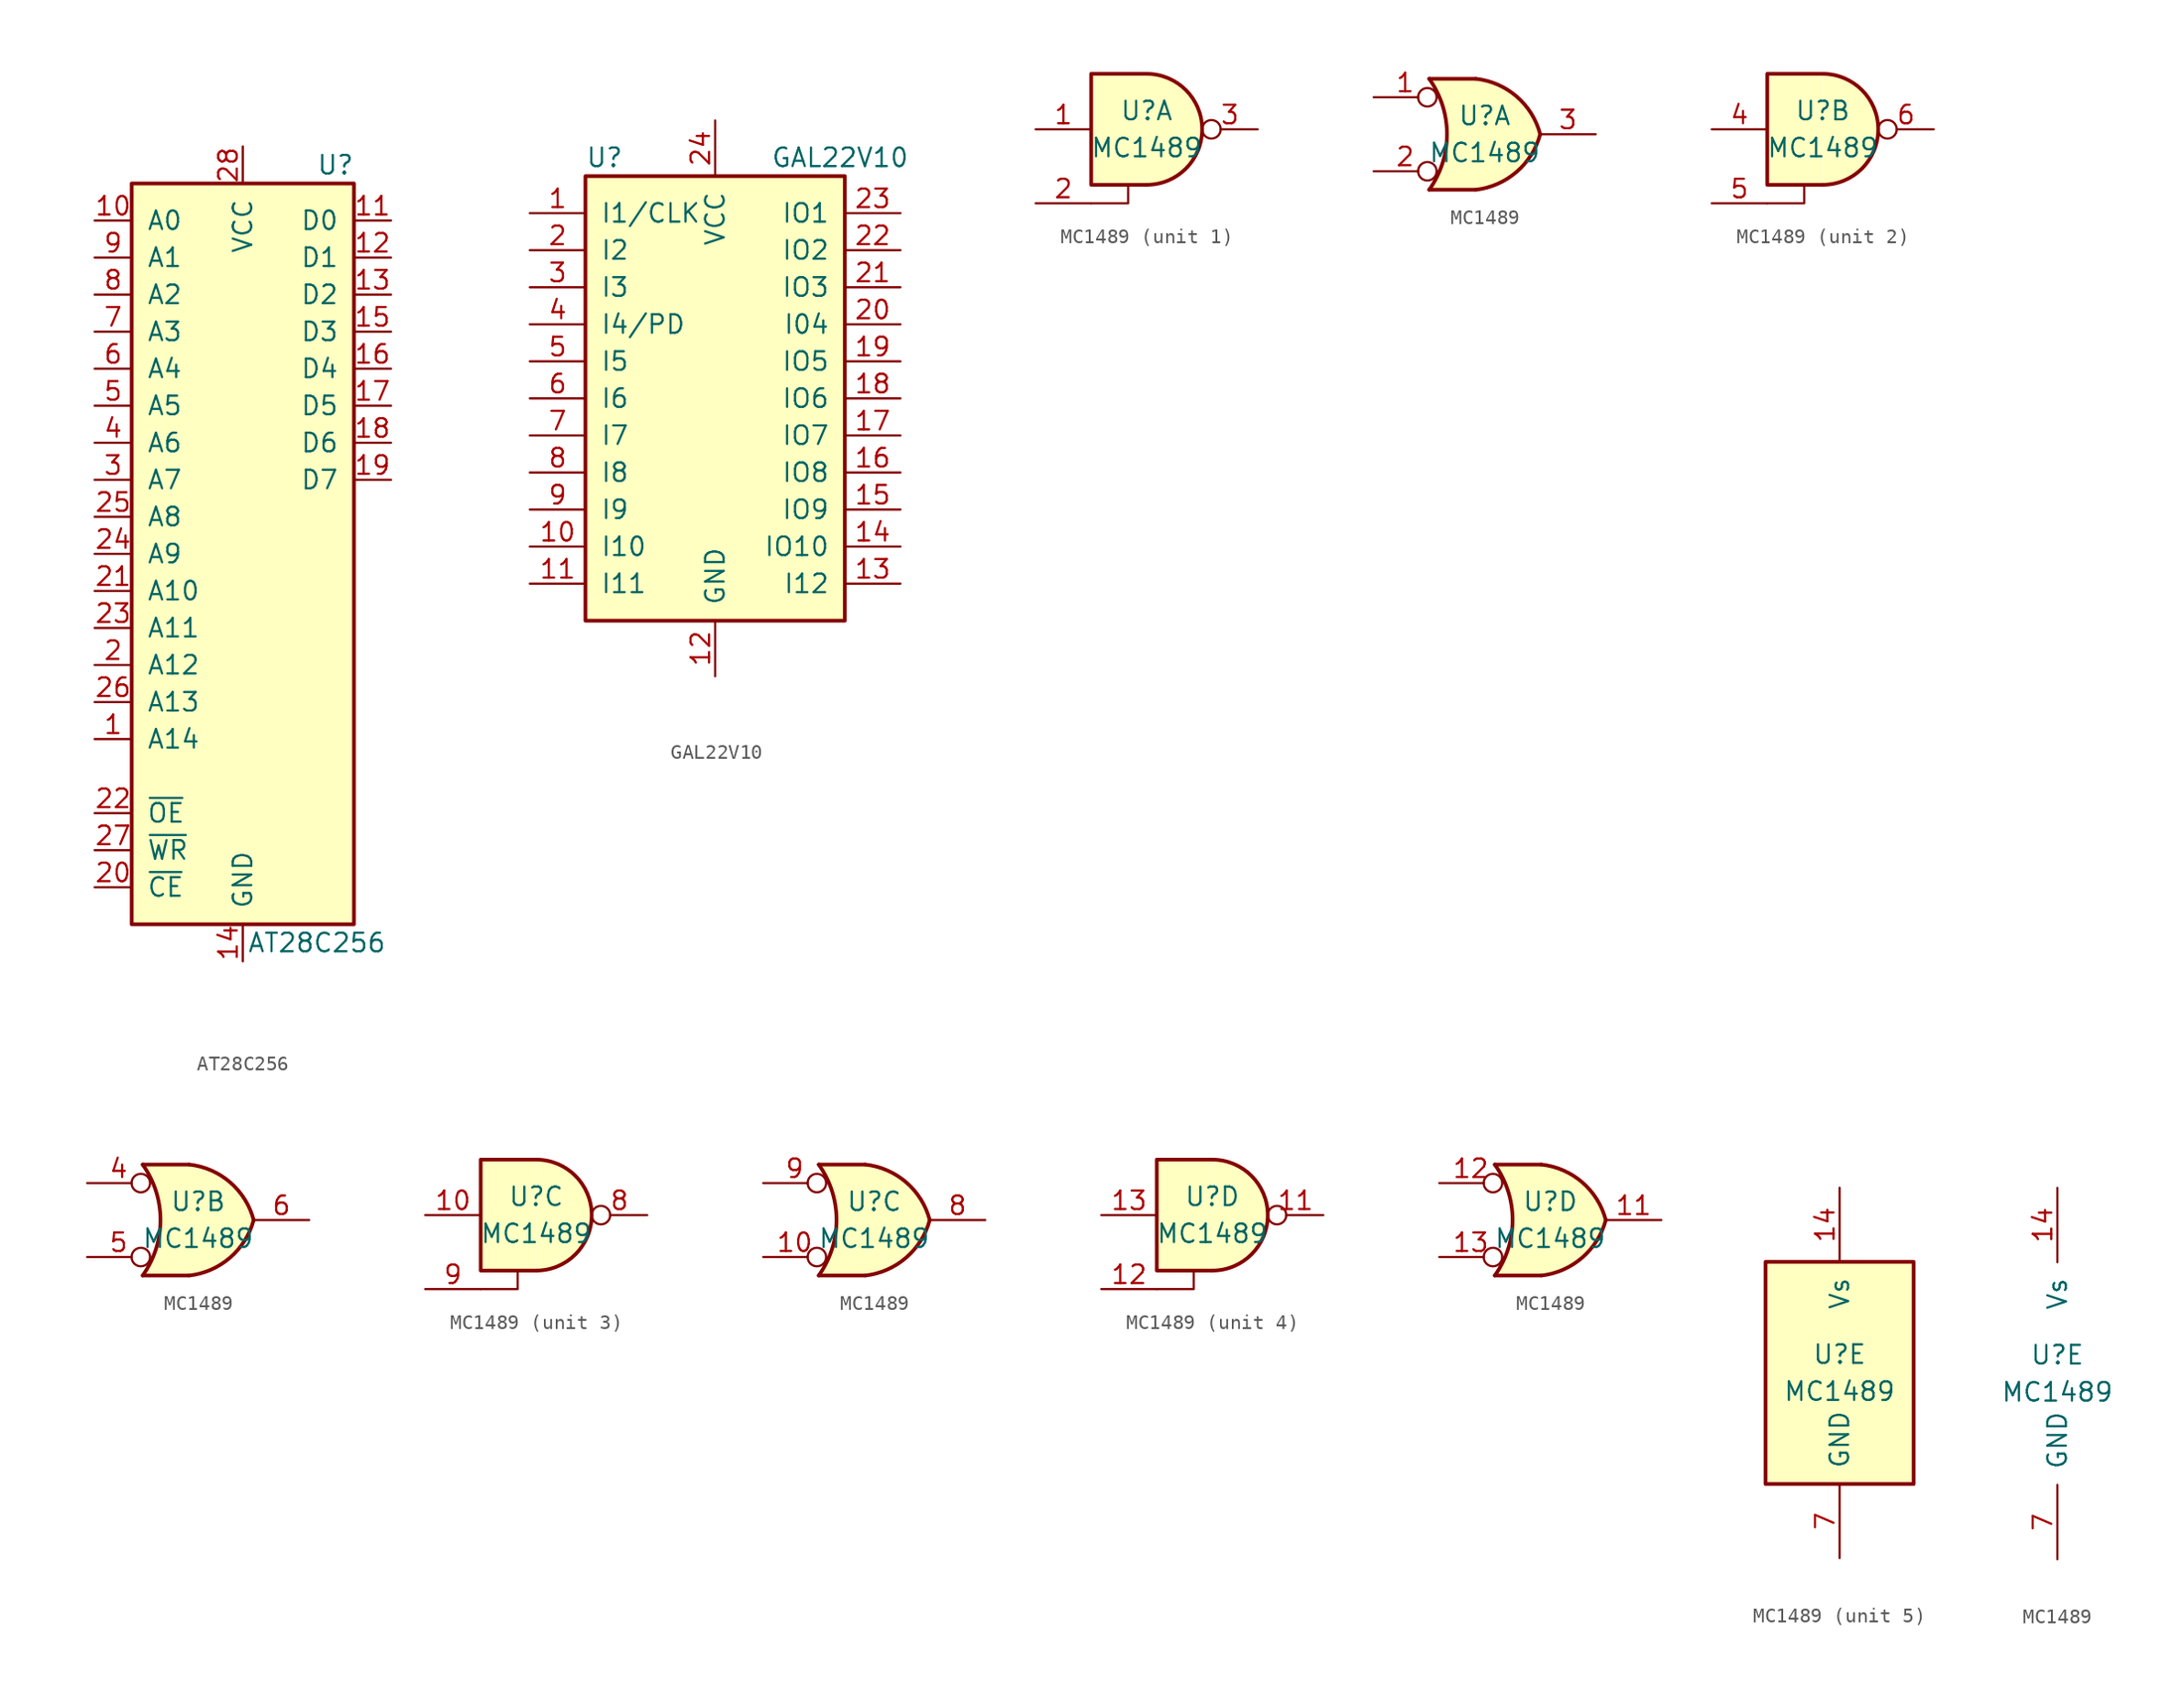
<source format=kicad_sym>
(kicad_symbol_lib
  (version 20241209)
  (generator "kicad_symbol_editor")
  (generator_version "9.0")
  (symbol "AT28C256"
    (pin_names
      (offset 1.016))
    (property "Reference" "U"
      (at 6.35 26.67 0)
      (effects (font (size 1.27 1.27))))
    (property "Value" "AT28C256"
      (at 5.08 -26.67 0)
      (effects (font (size 1.27 1.27))))
    (symbol "AT28C256_1_1"
      (rectangle (start -7.62 25.4) (end 7.62 -25.4) (stroke (width 0.254) (type default)) (fill (type background)))
      (pin input line (at -10.16 22.86 0) (length 2.54) (name "A0" (effects (font (size 1.27 1.27)))) (number "10" (effects (font (size 1.27 1.27)))))
      (pin input line (at -10.16 20.32 0) (length 2.54) (name "A1" (effects (font (size 1.27 1.27)))) (number "9" (effects (font (size 1.27 1.27)))))
      (pin input line (at -10.16 17.78 0) (length 2.54) (name "A2" (effects (font (size 1.27 1.27)))) (number "8" (effects (font (size 1.27 1.27)))))
      (pin input line (at -10.16 15.24 0) (length 2.54) (name "A3" (effects (font (size 1.27 1.27)))) (number "7" (effects (font (size 1.27 1.27)))))
      (pin input line (at -10.16 12.7 0) (length 2.54) (name "A4" (effects (font (size 1.27 1.27)))) (number "6" (effects (font (size 1.27 1.27)))))
      (pin input line (at -10.16 10.16 0) (length 2.54) (name "A5" (effects (font (size 1.27 1.27)))) (number "5" (effects (font (size 1.27 1.27)))))
      (pin input line (at -10.16 7.62 0) (length 2.54) (name "A6" (effects (font (size 1.27 1.27)))) (number "4" (effects (font (size 1.27 1.27)))))
      (pin input line (at -10.16 5.08 0) (length 2.54) (name "A7" (effects (font (size 1.27 1.27)))) (number "3" (effects (font (size 1.27 1.27)))))
      (pin input line (at -10.16 2.54 0) (length 2.54) (name "A8" (effects (font (size 1.27 1.27)))) (number "25" (effects (font (size 1.27 1.27)))))
      (pin input line (at -10.16 0 0) (length 2.54) (name "A9" (effects (font (size 1.27 1.27)))) (number "24" (effects (font (size 1.27 1.27)))))
      (pin input line (at -10.16 -2.54 0) (length 2.54) (name "A10" (effects (font (size 1.27 1.27)))) (number "21" (effects (font (size 1.27 1.27)))))
      (pin input line (at -10.16 -5.08 0) (length 2.54) (name "A11" (effects (font (size 1.27 1.27)))) (number "23" (effects (font (size 1.27 1.27)))))
      (pin input line (at -10.16 -7.62 0) (length 2.54) (name "A12" (effects (font (size 1.27 1.27)))) (number "2" (effects (font (size 1.27 1.27)))))
      (pin input line (at -10.16 -10.16 0) (length 2.54) (name "A13" (effects (font (size 1.27 1.27)))) (number "26" (effects (font (size 1.27 1.27)))))
      (pin input line (at -10.16 -12.7 0) (length 2.54) (name "A14" (effects (font (size 1.27 1.27)))) (number "1" (effects (font (size 1.27 1.27)))))
      (pin input line (at -10.16 -17.78 0) (length 2.54) (name "~{OE}" (effects (font (size 1.27 1.27)))) (number "22" (effects (font (size 1.27 1.27)))))
      (pin input line (at -10.16 -20.32 0) (length 2.54) (name "~{WR}" (effects (font (size 1.27 1.27)))) (number "27" (effects (font (size 1.27 1.27)))))
      (pin input line (at -10.16 -22.86 0) (length 2.54) (name "~{CE}" (effects (font (size 1.27 1.27)))) (number "20" (effects (font (size 1.27 1.27)))))
      (pin power_in line (at 0 27.94 270) (length 2.54) (name "VCC" (effects (font (size 1.27 1.27)))) (number "28" (effects (font (size 1.27 1.27)))))
      (pin power_in line (at 0 -27.94 90) (length 2.54) (name "GND" (effects (font (size 1.27 1.27)))) (number "14" (effects (font (size 1.27 1.27)))))
      (pin tri_state line (at 10.16 22.86 180) (length 2.54) (name "D0" (effects (font (size 1.27 1.27)))) (number "11" (effects (font (size 1.27 1.27)))))
      (pin tri_state line (at 10.16 20.32 180) (length 2.54) (name "D1" (effects (font (size 1.27 1.27)))) (number "12" (effects (font (size 1.27 1.27)))))
      (pin tri_state line (at 10.16 17.78 180) (length 2.54) (name "D2" (effects (font (size 1.27 1.27)))) (number "13" (effects (font (size 1.27 1.27)))))
      (pin tri_state line (at 10.16 15.24 180) (length 2.54) (name "D3" (effects (font (size 1.27 1.27)))) (number "15" (effects (font (size 1.27 1.27)))))
      (pin tri_state line (at 10.16 12.7 180) (length 2.54) (name "D4" (effects (font (size 1.27 1.27)))) (number "16" (effects (font (size 1.27 1.27)))))
      (pin tri_state line (at 10.16 10.16 180) (length 2.54) (name "D5" (effects (font (size 1.27 1.27)))) (number "17" (effects (font (size 1.27 1.27)))))
      (pin tri_state line (at 10.16 7.62 180) (length 2.54) (name "D6" (effects (font (size 1.27 1.27)))) (number "18" (effects (font (size 1.27 1.27)))))
      (pin tri_state line (at 10.16 5.08 180) (length 2.54) (name "D7" (effects (font (size 1.27 1.27)))) (number "19" (effects (font (size 1.27 1.27)))))))
  (symbol "GAL22V10"
    (pin_names
      (offset 1.016))
    (property "Reference" "U"
      (at -8.89 16.51 0)
      (effects (font (size 1.27 1.27)) (justify left)))
    (property "Value" "GAL22V10"
      (at 3.81 16.51 0)
      (effects (font (size 1.27 1.27)) (justify left)))
    (symbol "GAL22V10_0_0"
      (pin power_in line (at 0 19.05 270) (length 3.81) (name "VCC" (effects (font (size 1.27 1.27)))) (number "24" (effects (font (size 1.27 1.27)))))
      (pin power_in line (at 0 -19.05 90) (length 3.81) (name "GND" (effects (font (size 1.27 1.27)))) (number "12" (effects (font (size 1.27 1.27))))))
    (symbol "GAL22V10_0_1"
      (rectangle (start -8.89 15.24) (end 8.89 -15.24) (stroke (width 0.254) (type default)) (fill (type background))))
    (symbol "GAL22V10_1_1"
      (pin input line (at -12.7 12.7 0) (length 3.81) (name "I1/CLK" (effects (font (size 1.27 1.27)))) (number "1" (effects (font (size 1.27 1.27)))))
      (pin input line (at -12.7 10.16 0) (length 3.81) (name "I2" (effects (font (size 1.27 1.27)))) (number "2" (effects (font (size 1.27 1.27)))))
      (pin input line (at -12.7 7.62 0) (length 3.81) (name "I3" (effects (font (size 1.27 1.27)))) (number "3" (effects (font (size 1.27 1.27)))))
      (pin input line (at -12.7 5.08 0) (length 3.81) (name "I4/PD" (effects (font (size 1.27 1.27)))) (number "4" (effects (font (size 1.27 1.27)))))
      (pin input line (at -12.7 2.54 0) (length 3.81) (name "I5" (effects (font (size 1.27 1.27)))) (number "5" (effects (font (size 1.27 1.27)))))
      (pin input line (at -12.7 0 0) (length 3.81) (name "I6" (effects (font (size 1.27 1.27)))) (number "6" (effects (font (size 1.27 1.27)))))
      (pin input line (at -12.7 -2.54 0) (length 3.81) (name "I7" (effects (font (size 1.27 1.27)))) (number "7" (effects (font (size 1.27 1.27)))))
      (pin input line (at -12.7 -5.08 0) (length 3.81) (name "I8" (effects (font (size 1.27 1.27)))) (number "8" (effects (font (size 1.27 1.27)))))
      (pin input line (at -12.7 -7.62 0) (length 3.81) (name "I9" (effects (font (size 1.27 1.27)))) (number "9" (effects (font (size 1.27 1.27)))))
      (pin input line (at -12.7 -10.16 0) (length 3.81) (name "I10" (effects (font (size 1.27 1.27)))) (number "10" (effects (font (size 1.27 1.27)))))
      (pin input line (at -12.7 -12.7 0) (length 3.81) (name "I11" (effects (font (size 1.27 1.27)))) (number "11" (effects (font (size 1.27 1.27)))))
      (pin tri_state line (at 12.7 12.7 180) (length 3.81) (name "IO1" (effects (font (size 1.27 1.27)))) (number "23" (effects (font (size 1.27 1.27)))))
      (pin tri_state line (at 12.7 10.16 180) (length 3.81) (name "IO2" (effects (font (size 1.27 1.27)))) (number "22" (effects (font (size 1.27 1.27)))))
      (pin tri_state line (at 12.7 7.62 180) (length 3.81) (name "IO3" (effects (font (size 1.27 1.27)))) (number "21" (effects (font (size 1.27 1.27)))))
      (pin tri_state line (at 12.7 5.08 180) (length 3.81) (name "I04" (effects (font (size 1.27 1.27)))) (number "20" (effects (font (size 1.27 1.27)))))
      (pin tri_state line (at 12.7 2.54 180) (length 3.81) (name "IO5" (effects (font (size 1.27 1.27)))) (number "19" (effects (font (size 1.27 1.27)))))
      (pin tri_state line (at 12.7 0 180) (length 3.81) (name "IO6" (effects (font (size 1.27 1.27)))) (number "18" (effects (font (size 1.27 1.27)))))
      (pin tri_state line (at 12.7 -2.54 180) (length 3.81) (name "IO7" (effects (font (size 1.27 1.27)))) (number "17" (effects (font (size 1.27 1.27)))))
      (pin tri_state line (at 12.7 -5.08 180) (length 3.81) (name "IO8" (effects (font (size 1.27 1.27)))) (number "16" (effects (font (size 1.27 1.27)))))
      (pin tri_state line (at 12.7 -7.62 180) (length 3.81) (name "IO9" (effects (font (size 1.27 1.27)))) (number "15" (effects (font (size 1.27 1.27)))))
      (pin tri_state line (at 12.7 -10.16 180) (length 3.81) (name "IO10" (effects (font (size 1.27 1.27)))) (number "14" (effects (font (size 1.27 1.27)))))
      (pin input line (at 12.7 -12.7 180) (length 3.81) (name "I12" (effects (font (size 1.27 1.27)))) (number "13" (effects (font (size 1.27 1.27)))))))
  (symbol "MC1489"
    (pin_names
      (offset 1.016))
    (property "Reference" "U"
      (at 0 1.27 0)
      (effects (font (size 1.27 1.27))))
    (property "Value" "MC1489"
      (at 0 -1.27 0)
      (effects (font (size 1.27 1.27))))
    (property "ki_locked" ""
      (at 0 0 0)
      (effects (font (size 1.27 1.27))))
    (symbol "MC1489_1_1"
      (polyline (pts (xy -3.81 -5.08) (xy -1.27 -5.08) (xy -1.27 -3.81)) (stroke (width 0) (type default)) (fill (type none)))
      (arc (start 0 3.81) (mid 3.7934 0) (end 0 -3.81) (stroke (width 0.254) (type default)) (fill (type background)))
      (polyline (pts (xy 0 3.81) (xy -3.81 3.81) (xy -3.81 -3.81) (xy 0 -3.81)) (stroke (width 0.254) (type default)) (fill (type background)))
      (pin input line (at -7.62 0 0) (length 3.81) (name "~" (effects (font (size 1.27 1.27)))) (number "1" (effects (font (size 1.27 1.27)))))
      (pin input line (at -7.62 -5.08 0) (length 3.81) (name "~" (effects (font (size 1.27 1.27)))) (number "2" (effects (font (size 1.27 1.27)))))
      (pin output inverted (at 7.62 0 180) (length 3.81) (name "~" (effects (font (size 1.27 1.27)))) (number "3" (effects (font (size 1.27 1.27))))))
    (symbol "MC1489_1_2"
      (arc (start -3.81 3.81) (mid -2.589 0) (end -3.81 -3.81) (stroke (width 0.254) (type default)) (fill (type none)))
      (polyline (pts (xy -3.81 3.81) (xy -0.635 3.81)) (stroke (width 0.254) (type default)) (fill (type background)))
      (polyline (pts (xy -3.81 -3.81) (xy -0.635 -3.81)) (stroke (width 0.254) (type default)) (fill (type background)))
      (arc (start 3.81 0) (mid 2.1855 -2.584) (end -0.6096 -3.81) (stroke (width 0.254) (type default)) (fill (type background)))
      (arc (start -0.6096 3.81) (mid 2.1928 2.5924) (end 3.81 0) (stroke (width 0.254) (type default)) (fill (type background)))
      (polyline (pts (xy -0.635 3.81) (xy -3.81 3.81) (xy -3.81 3.81) (xy -3.556 3.404) (xy -3.023 2.261) (xy -2.692 1.041) (xy -2.616 -0.254) (xy -2.769 -1.499) (xy -3.175 -2.718) (xy -3.81 -3.81) (xy -3.81 -3.81) (xy -0.635 -3.81)) (stroke (width -25.4) (type default)) (fill (type background)))
      (pin input inverted (at -7.62 2.54 0) (length 4.318) (name "~" (effects (font (size 1.27 1.27)))) (number "1" (effects (font (size 1.27 1.27)))))
      (pin input inverted (at -7.62 -2.54 0) (length 4.318) (name "~" (effects (font (size 1.27 1.27)))) (number "2" (effects (font (size 1.27 1.27)))))
      (pin output line (at 7.62 0 180) (length 3.81) (name "~" (effects (font (size 1.27 1.27)))) (number "3" (effects (font (size 1.27 1.27))))))
    (symbol "MC1489_2_1"
      (polyline (pts (xy -3.81 -5.08) (xy -1.27 -5.08) (xy -1.27 -3.81)) (stroke (width 0) (type default)) (fill (type none)))
      (arc (start 0 3.81) (mid 3.7934 0) (end 0 -3.81) (stroke (width 0.254) (type default)) (fill (type background)))
      (polyline (pts (xy 0 3.81) (xy -3.81 3.81) (xy -3.81 -3.81) (xy 0 -3.81)) (stroke (width 0.254) (type default)) (fill (type background)))
      (pin input line (at -7.62 0 0) (length 3.81) (name "~" (effects (font (size 1.27 1.27)))) (number "4" (effects (font (size 1.27 1.27)))))
      (pin input line (at -7.62 -5.08 0) (length 3.81) (name "~" (effects (font (size 1.27 1.27)))) (number "5" (effects (font (size 1.27 1.27)))))
      (pin output inverted (at 7.62 0 180) (length 3.81) (name "~" (effects (font (size 1.27 1.27)))) (number "6" (effects (font (size 1.27 1.27))))))
    (symbol "MC1489_2_2"
      (arc (start -3.81 3.81) (mid -2.589 0) (end -3.81 -3.81) (stroke (width 0.254) (type default)) (fill (type none)))
      (polyline (pts (xy -3.81 3.81) (xy -0.635 3.81)) (stroke (width 0.254) (type default)) (fill (type background)))
      (polyline (pts (xy -3.81 -3.81) (xy -0.635 -3.81)) (stroke (width 0.254) (type default)) (fill (type background)))
      (arc (start 3.81 0) (mid 2.1855 -2.584) (end -0.6096 -3.81) (stroke (width 0.254) (type default)) (fill (type background)))
      (arc (start -0.6096 3.81) (mid 2.1928 2.5924) (end 3.81 0) (stroke (width 0.254) (type default)) (fill (type background)))
      (polyline (pts (xy -0.635 3.81) (xy -3.81 3.81) (xy -3.81 3.81) (xy -3.556 3.404) (xy -3.023 2.261) (xy -2.692 1.041) (xy -2.616 -0.254) (xy -2.769 -1.499) (xy -3.175 -2.718) (xy -3.81 -3.81) (xy -3.81 -3.81) (xy -0.635 -3.81)) (stroke (width -25.4) (type default)) (fill (type background)))
      (pin input inverted (at -7.62 2.54 0) (length 4.318) (name "~" (effects (font (size 1.27 1.27)))) (number "4" (effects (font (size 1.27 1.27)))))
      (pin input inverted (at -7.62 -2.54 0) (length 4.318) (name "~" (effects (font (size 1.27 1.27)))) (number "5" (effects (font (size 1.27 1.27)))))
      (pin output line (at 7.62 0 180) (length 3.81) (name "~" (effects (font (size 1.27 1.27)))) (number "6" (effects (font (size 1.27 1.27))))))
    (symbol "MC1489_3_1"
      (polyline (pts (xy -3.81 -5.08) (xy -1.27 -5.08) (xy -1.27 -3.81)) (stroke (width 0) (type default)) (fill (type none)))
      (arc (start 0 3.81) (mid 3.7934 0) (end 0 -3.81) (stroke (width 0.254) (type default)) (fill (type background)))
      (polyline (pts (xy 0 3.81) (xy -3.81 3.81) (xy -3.81 -3.81) (xy 0 -3.81)) (stroke (width 0.254) (type default)) (fill (type background)))
      (pin input line (at -7.62 0 0) (length 3.81) (name "~" (effects (font (size 1.27 1.27)))) (number "10" (effects (font (size 1.27 1.27)))))
      (pin input line (at -7.62 -5.08 0) (length 3.81) (name "~" (effects (font (size 1.27 1.27)))) (number "9" (effects (font (size 1.27 1.27)))))
      (pin output inverted (at 7.62 0 180) (length 3.81) (name "~" (effects (font (size 1.27 1.27)))) (number "8" (effects (font (size 1.27 1.27))))))
    (symbol "MC1489_3_2"
      (arc (start -3.81 3.81) (mid -2.589 0) (end -3.81 -3.81) (stroke (width 0.254) (type default)) (fill (type none)))
      (polyline (pts (xy -3.81 3.81) (xy -0.635 3.81)) (stroke (width 0.254) (type default)) (fill (type background)))
      (polyline (pts (xy -3.81 -3.81) (xy -0.635 -3.81)) (stroke (width 0.254) (type default)) (fill (type background)))
      (arc (start 3.81 0) (mid 2.1855 -2.584) (end -0.6096 -3.81) (stroke (width 0.254) (type default)) (fill (type background)))
      (arc (start -0.6096 3.81) (mid 2.1928 2.5924) (end 3.81 0) (stroke (width 0.254) (type default)) (fill (type background)))
      (polyline (pts (xy -0.635 3.81) (xy -3.81 3.81) (xy -3.81 3.81) (xy -3.556 3.404) (xy -3.023 2.261) (xy -2.692 1.041) (xy -2.616 -0.254) (xy -2.769 -1.499) (xy -3.175 -2.718) (xy -3.81 -3.81) (xy -3.81 -3.81) (xy -0.635 -3.81)) (stroke (width -25.4) (type default)) (fill (type background)))
      (pin input inverted (at -7.62 2.54 0) (length 4.318) (name "~" (effects (font (size 1.27 1.27)))) (number "9" (effects (font (size 1.27 1.27)))))
      (pin input inverted (at -7.62 -2.54 0) (length 4.318) (name "~" (effects (font (size 1.27 1.27)))) (number "10" (effects (font (size 1.27 1.27)))))
      (pin output line (at 7.62 0 180) (length 3.81) (name "~" (effects (font (size 1.27 1.27)))) (number "8" (effects (font (size 1.27 1.27))))))
    (symbol "MC1489_4_1"
      (polyline (pts (xy -3.81 -5.08) (xy -1.27 -5.08) (xy -1.27 -3.81)) (stroke (width 0) (type default)) (fill (type none)))
      (arc (start 0 3.81) (mid 3.7934 0) (end 0 -3.81) (stroke (width 0.254) (type default)) (fill (type background)))
      (polyline (pts (xy 0 3.81) (xy -3.81 3.81) (xy -3.81 -3.81) (xy 0 -3.81)) (stroke (width 0.254) (type default)) (fill (type background)))
      (pin input line (at -7.62 0 0) (length 3.81) (name "~" (effects (font (size 1.27 1.27)))) (number "13" (effects (font (size 1.27 1.27)))))
      (pin input line (at -7.62 -5.08 0) (length 3.81) (name "~" (effects (font (size 1.27 1.27)))) (number "12" (effects (font (size 1.27 1.27)))))
      (pin output inverted (at 7.62 0 180) (length 3.81) (name "~" (effects (font (size 1.27 1.27)))) (number "11" (effects (font (size 1.27 1.27))))))
    (symbol "MC1489_4_2"
      (arc (start -3.81 3.81) (mid -2.589 0) (end -3.81 -3.81) (stroke (width 0.254) (type default)) (fill (type none)))
      (polyline (pts (xy -3.81 3.81) (xy -0.635 3.81)) (stroke (width 0.254) (type default)) (fill (type background)))
      (polyline (pts (xy -3.81 -3.81) (xy -0.635 -3.81)) (stroke (width 0.254) (type default)) (fill (type background)))
      (arc (start 3.81 0) (mid 2.1855 -2.584) (end -0.6096 -3.81) (stroke (width 0.254) (type default)) (fill (type background)))
      (arc (start -0.6096 3.81) (mid 2.1928 2.5924) (end 3.81 0) (stroke (width 0.254) (type default)) (fill (type background)))
      (polyline (pts (xy -0.635 3.81) (xy -3.81 3.81) (xy -3.81 3.81) (xy -3.556 3.404) (xy -3.023 2.261) (xy -2.692 1.041) (xy -2.616 -0.254) (xy -2.769 -1.499) (xy -3.175 -2.718) (xy -3.81 -3.81) (xy -3.81 -3.81) (xy -0.635 -3.81)) (stroke (width -25.4) (type default)) (fill (type background)))
      (pin input inverted (at -7.62 2.54 0) (length 4.318) (name "~" (effects (font (size 1.27 1.27)))) (number "12" (effects (font (size 1.27 1.27)))))
      (pin input inverted (at -7.62 -2.54 0) (length 4.318) (name "~" (effects (font (size 1.27 1.27)))) (number "13" (effects (font (size 1.27 1.27)))))
      (pin output line (at 7.62 0 180) (length 3.81) (name "~" (effects (font (size 1.27 1.27)))) (number "11" (effects (font (size 1.27 1.27))))))
    (symbol "MC1489_5_0"
      (pin power_in line (at 0 12.7 270) (length 5.08) (name "Vs" (effects (font (size 1.27 1.27)))) (number "14" (effects (font (size 1.27 1.27)))))
      (pin power_in line (at 0 -12.7 90) (length 5.08) (name "GND" (effects (font (size 1.27 1.27)))) (number "7" (effects (font (size 1.27 1.27))))))
    (symbol "MC1489_5_1"
      (rectangle (start -5.08 7.62) (end 5.08 -7.62) (stroke (width 0.254) (type default)) (fill (type background))))))
</source>
